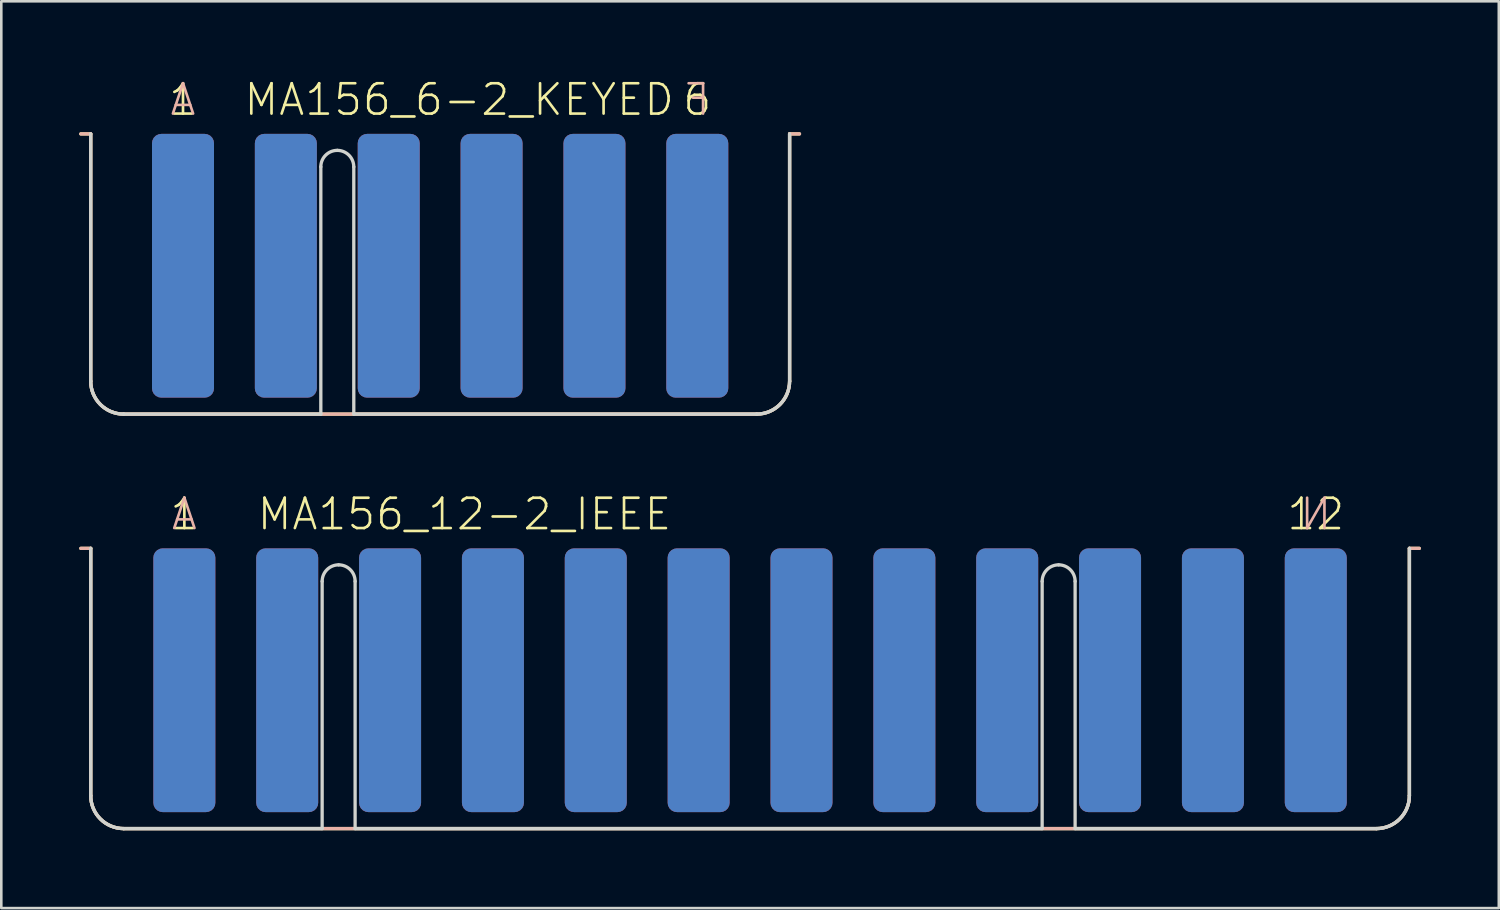
<source format=kicad_pcb>
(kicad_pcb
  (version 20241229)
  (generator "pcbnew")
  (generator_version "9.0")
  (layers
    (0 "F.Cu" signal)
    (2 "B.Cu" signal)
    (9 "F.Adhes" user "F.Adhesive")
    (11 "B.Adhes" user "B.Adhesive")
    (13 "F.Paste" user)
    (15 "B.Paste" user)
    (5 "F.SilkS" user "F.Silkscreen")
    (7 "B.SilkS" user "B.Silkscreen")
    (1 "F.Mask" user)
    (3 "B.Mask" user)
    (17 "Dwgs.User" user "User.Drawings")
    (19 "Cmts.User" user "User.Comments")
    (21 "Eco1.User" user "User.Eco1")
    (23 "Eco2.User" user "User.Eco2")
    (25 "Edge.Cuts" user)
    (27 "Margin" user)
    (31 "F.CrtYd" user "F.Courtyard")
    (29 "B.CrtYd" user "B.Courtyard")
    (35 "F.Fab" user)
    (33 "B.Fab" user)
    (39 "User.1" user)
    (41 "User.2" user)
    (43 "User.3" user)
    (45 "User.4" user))
  (footprint "MA156_12-2_IEEE"
    (layer "F.Cu")
    (at 25.845 23.155)
    (property "Reference" "MA156_12-2_IEEE" (at -19.05 -5.715 0) (layer "F.SilkS") (effects (font (size 1.168 1.168) (thickness 0.102)) (justify left bottom)))
    (fp_line (start -25.781 -5.08) (end -25.4 -5.08) (stroke (width 0.127) (type solid)) (layer "F.SilkS"))
    (fp_line (start -25.4 4.445) (end -25.4 -5.08) (stroke (width 0.127) (type solid)) (layer "F.SilkS"))
    (fp_line (start -24.13 5.715) (end 24.13 5.715) (stroke (width 0.127) (type solid)) (layer "F.SilkS"))
    (fp_line (start 25.4 -5.08) (end 25.781 -5.08) (stroke (width 0.127) (type solid)) (layer "F.SilkS"))
    (fp_line (start 25.4 4.445) (end 25.4 -5.08) (stroke (width 0.127) (type solid)) (layer "F.SilkS"))
    (fp_arc (start -24.13 5.715) (mid -25.028026 5.343026) (end -25.4 4.445) (stroke (width 0.127) (type solid)) (layer "F.SilkS"))
    (fp_arc (start 25.4 4.445) (mid 25.028026 5.343026) (end 24.13 5.715) (stroke (width 0.127) (type solid)) (layer "F.SilkS"))
    (fp_line (start -25.781 -5.08) (end -25.4 -5.08) (stroke (width 0.127) (type solid)) (layer "B.SilkS"))
    (fp_line (start -25.4 -5.08) (end -25.4 4.445) (stroke (width 0.127) (type solid)) (layer "B.SilkS"))
    (fp_line (start -24.13 5.715) (end 24.13 5.715) (stroke (width 0.127) (type solid)) (layer "B.SilkS"))
    (fp_line (start 25.4 -5.08) (end 25.781 -5.08) (stroke (width 0.127) (type solid)) (layer "B.SilkS"))
    (fp_line (start 25.4 4.445) (end 25.4 -5.08) (stroke (width 0.127) (type solid)) (layer "B.SilkS"))
    (fp_arc (start -24.13 5.715) (mid -25.028026 5.343026) (end -25.4 4.445) (stroke (width 0.127) (type solid)) (layer "B.SilkS"))
    (fp_arc (start 25.4 4.445) (mid 25.028026 5.343026) (end 24.13 5.715) (stroke (width 0.127) (type solid)) (layer "B.SilkS"))
    (fp_line (start -25.4 -5.08) (end -25.4 4.445) (stroke (width 0.127) (type solid)) (layer "Edge.Cuts"))
    (fp_line (start -24.13 5.715) (end -16.485 5.715) (stroke (width 0.127) (type solid)) (layer "Edge.Cuts"))
    (fp_line (start -16.485 5.715) (end -16.485 -3.81) (stroke (width 0.127) (type solid)) (layer "Edge.Cuts"))
    (fp_line (start -15.215 5.715) (end -15.215 -3.81) (stroke (width 0.127) (type solid)) (layer "Edge.Cuts"))
    (fp_line (start -15.215 5.715) (end 11.252 5.715) (stroke (width 0.127) (type solid)) (layer "Edge.Cuts"))
    (fp_line (start 11.252 5.715) (end 11.252 -3.81) (stroke (width 0.127) (type solid)) (layer "Edge.Cuts"))
    (fp_line (start 12.522 5.715) (end 12.522 -3.81) (stroke (width 0.127) (type solid)) (layer "Edge.Cuts"))
    (fp_line (start 12.522 5.715) (end 24.13 5.715) (stroke (width 0.127) (type solid)) (layer "Edge.Cuts"))
    (fp_line (start 25.4 4.445) (end 25.4 -5.08) (stroke (width 0.127) (type solid)) (layer "Edge.Cuts"))
    (fp_arc (start -24.13 5.715) (mid -25.028026 5.343026) (end -25.4 4.445) (stroke (width 0.127) (type solid)) (layer "Edge.Cuts"))
    (fp_arc (start -16.4846 -3.81) (mid -16.298613 -4.259013) (end -15.8496 -4.445) (stroke (width 0.127) (type solid)) (layer "Edge.Cuts"))
    (fp_arc (start -15.8496 -4.445) (mid -15.400587 -4.259013) (end -15.2146 -3.81) (stroke (width 0.127) (type solid)) (layer "Edge.Cuts"))
    (fp_arc (start 11.2522 -3.81) (mid 11.438187 -4.259013) (end 11.8872 -4.445) (stroke (width 0.127) (type solid)) (layer "Edge.Cuts"))
    (fp_arc (start 11.8872 -4.445) (mid 12.336213 -4.259013) (end 12.5222 -3.81) (stroke (width 0.127) (type solid)) (layer "Edge.Cuts"))
    (fp_arc (start 25.4 4.445) (mid 25.028026 5.343026) (end 24.13 5.715) (stroke (width 0.127) (type solid)) (layer "Edge.Cuts"))
    (fp_text user "12" (at 21.793 -5.715 0) (layer "F.SilkS") (effects (font (size 1.168 1.168) (thickness 0.102)) (justify bottom)))
    (fp_text user "1" (at -21.793 -5.715 0) (layer "F.SilkS") (effects (font (size 1.168 1.168) (thickness 0.102)) (justify bottom)))
    (fp_text user "N" (at 21.793 -5.715 0) (layer "B.SilkS") (effects (font (size 1.168 1.168) (thickness 0.102)) (justify bottom mirror)))
    (fp_text user "A" (at -21.793 -5.715 0) (layer "B.SilkS") (effects (font (size 1.168 1.168) (thickness 0.102)) (justify bottom mirror)))
    (pad "1" smd roundrect (at -21.793 0) (size 2.388 10.16) (layers "F.Cu" "F.Mask" "F.Paste") (roundrect_rratio 0.15))
    (pad "2" smd roundrect (at -17.831 0) (size 2.388 10.16) (layers "F.Cu" "F.Mask" "F.Paste") (roundrect_rratio 0.15))
    (pad "3" smd roundrect (at -13.868 0) (size 2.388 10.16) (layers "F.Cu" "F.Mask" "F.Paste") (roundrect_rratio 0.15))
    (pad "4" smd roundrect (at -9.906 0) (size 2.388 10.16) (layers "F.Cu" "F.Mask" "F.Paste") (roundrect_rratio 0.15))
    (pad "5" smd roundrect (at -5.944 0) (size 2.388 10.16) (layers "F.Cu" "F.Mask" "F.Paste") (roundrect_rratio 0.15))
    (pad "6" smd roundrect (at -1.981 0) (size 2.388 10.16) (layers "F.Cu" "F.Mask" "F.Paste") (roundrect_rratio 0.15))
    (pad "7" smd roundrect (at 1.981 0) (size 2.388 10.16) (layers "F.Cu" "F.Mask" "F.Paste") (roundrect_rratio 0.15))
    (pad "8" smd roundrect (at 5.944 0) (size 2.388 10.16) (layers "F.Cu" "F.Mask" "F.Paste") (roundrect_rratio 0.15))
    (pad "9" smd roundrect (at 9.906 0) (size 2.388 10.16) (layers "F.Cu" "F.Mask" "F.Paste") (roundrect_rratio 0.15))
    (pad "10" smd roundrect (at 13.868 0) (size 2.388 10.16) (layers "F.Cu" "F.Mask" "F.Paste") (roundrect_rratio 0.15))
    (pad "11" smd roundrect (at 17.831 0) (size 2.388 10.16) (layers "F.Cu" "F.Mask" "F.Paste") (roundrect_rratio 0.15))
    (pad "12" smd roundrect (at 21.793 0) (size 2.388 10.16) (layers "F.Cu" "F.Mask" "F.Paste") (roundrect_rratio 0.15))
    (pad "A" smd roundrect (at -21.793 0) (size 2.388 10.16) (layers "B.Cu" "B.Mask" "B.Paste") (roundrect_rratio 0.15))
    (pad "B" smd roundrect (at -17.831 0) (size 2.388 10.16) (layers "B.Cu" "B.Mask" "B.Paste") (roundrect_rratio 0.15))
    (pad "C" smd roundrect (at -13.868 0) (size 2.388 10.16) (layers "B.Cu" "B.Mask" "B.Paste") (roundrect_rratio 0.15))
    (pad "D" smd roundrect (at -9.906 0) (size 2.388 10.16) (layers "B.Cu" "B.Mask" "B.Paste") (roundrect_rratio 0.15))
    (pad "E" smd roundrect (at -5.944 0) (size 2.388 10.16) (layers "B.Cu" "B.Mask" "B.Paste") (roundrect_rratio 0.15))
    (pad "F" smd roundrect (at -1.981 0) (size 2.388 10.16) (layers "B.Cu" "B.Mask" "B.Paste") (roundrect_rratio 0.15))
    (pad "H" smd roundrect (at 1.981 0) (size 2.388 10.16) (layers "B.Cu" "B.Mask" "B.Paste") (roundrect_rratio 0.15))
    (pad "J" smd roundrect (at 5.944 0) (size 2.388 10.16) (layers "B.Cu" "B.Mask" "B.Paste") (roundrect_rratio 0.15))
    (pad "K" smd roundrect (at 9.906 0) (size 2.388 10.16) (layers "B.Cu" "B.Mask" "B.Paste") (roundrect_rratio 0.15))
    (pad "L" smd roundrect (at 13.868 0) (size 2.388 10.16) (layers "B.Cu" "B.Mask" "B.Paste") (roundrect_rratio 0.15))
    (pad "M" smd roundrect (at 17.831 0) (size 2.388 10.16) (layers "B.Cu" "B.Mask" "B.Paste") (roundrect_rratio 0.15))
    (pad "N" smd roundrect (at 21.793 0) (size 2.388 10.16) (layers "B.Cu" "B.Mask" "B.Paste") (roundrect_rratio 0.15)))
  (footprint "MA156_6-2_KEYED"
    (layer "F.Cu")
    (at 13.906 7.188)
    (property "Reference" "MA156_6-2_KEYED" (at -7.62 -5.715 0) (layer "F.SilkS") (effects (font (size 1.168 1.168) (thickness 0.102)) (justify left bottom)))
    (fp_line (start -13.843 -5.08) (end -13.462 -5.08) (stroke (width 0.127) (type solid)) (layer "F.SilkS"))
    (fp_line (start -13.462 4.445) (end -13.462 -5.08) (stroke (width 0.127) (type solid)) (layer "F.SilkS"))
    (fp_line (start 12.192 5.715) (end -12.192 5.715) (stroke (width 0.127) (type solid)) (layer "F.SilkS"))
    (fp_line (start 13.462 -5.08) (end 13.462 4.445) (stroke (width 0.127) (type solid)) (layer "F.SilkS"))
    (fp_line (start 13.462 -5.08) (end 13.843 -5.08) (stroke (width 0.127) (type solid)) (layer "F.SilkS"))
    (fp_arc (start -12.192 5.715) (mid -13.090026 5.343026) (end -13.462 4.445) (stroke (width 0.127) (type solid)) (layer "F.SilkS"))
    (fp_arc (start 13.462 4.445) (mid 13.090026 5.343026) (end 12.192 5.715) (stroke (width 0.127) (type solid)) (layer "F.SilkS"))
    (fp_line (start -13.843 -5.08) (end -13.462 -5.08) (stroke (width 0.127) (type solid)) (layer "B.SilkS"))
    (fp_line (start -13.462 -5.08) (end -13.462 4.445) (stroke (width 0.127) (type solid)) (layer "B.SilkS"))
    (fp_line (start -12.192 5.715) (end 12.192 5.715) (stroke (width 0.127) (type solid)) (layer "B.SilkS"))
    (fp_line (start 13.462 -5.08) (end 13.843 -5.08) (stroke (width 0.127) (type solid)) (layer "B.SilkS"))
    (fp_line (start 13.462 4.445) (end 13.462 -5.08) (stroke (width 0.127) (type solid)) (layer "B.SilkS"))
    (fp_arc (start -12.192 5.715) (mid -13.090026 5.343026) (end -13.462 4.445) (stroke (width 0.127) (type solid)) (layer "B.SilkS"))
    (fp_arc (start 13.462 4.445) (mid 13.090026 5.343026) (end 12.192 5.715) (stroke (width 0.127) (type solid)) (layer "B.SilkS"))
    (fp_line (start -13.462 -5.08) (end -13.462 4.445) (stroke (width 0.127) (type solid)) (layer "Edge.Cuts"))
    (fp_line (start -12.192 5.715) (end -4.597 5.715) (stroke (width 0.127) (type solid)) (layer "Edge.Cuts"))
    (fp_line (start -4.597 5.715) (end -4.597 -3.81) (stroke (width 0.127) (type solid)) (layer "Edge.Cuts"))
    (fp_line (start -3.327 5.715) (end -3.327 -3.81) (stroke (width 0.127) (type solid)) (layer "Edge.Cuts"))
    (fp_line (start -3.327 5.715) (end 12.192 5.715) (stroke (width 0.127) (type solid)) (layer "Edge.Cuts"))
    (fp_line (start 13.462 4.445) (end 13.462 -5.08) (stroke (width 0.127) (type solid)) (layer "Edge.Cuts"))
    (fp_arc (start -12.192 5.715) (mid -13.090026 5.343026) (end -13.462 4.445) (stroke (width 0.127) (type solid)) (layer "Edge.Cuts"))
    (fp_arc (start -4.5974 -3.81) (mid -4.411413 -4.259013) (end -3.9624 -4.445) (stroke (width 0.127) (type solid)) (layer "Edge.Cuts"))
    (fp_arc (start -3.9624 -4.445) (mid -3.513387 -4.259013) (end -3.3274 -3.81) (stroke (width 0.127) (type solid)) (layer "Edge.Cuts"))
    (fp_arc (start 13.462 4.445) (mid 13.090026 5.343026) (end 12.192 5.715) (stroke (width 0.127) (type solid)) (layer "Edge.Cuts"))
    (fp_text user "1" (at -9.906 -5.715 0) (layer "F.SilkS") (effects (font (size 1.168 1.168) (thickness 0.102)) (justify bottom)))
    (fp_text user "6" (at 9.906 -5.715 0) (layer "F.SilkS") (effects (font (size 1.168 1.168) (thickness 0.102)) (justify bottom)))
    (fp_text user "A" (at -9.906 -5.715 0) (layer "B.SilkS") (effects (font (size 1.168 1.168) (thickness 0.102)) (justify bottom mirror)))
    (fp_text user "F" (at 9.906 -5.715 0) (layer "B.SilkS") (effects (font (size 1.168 1.168) (thickness 0.102)) (justify bottom mirror)))
    (pad "1" smd roundrect (at -9.906 0) (size 2.388 10.16) (layers "F.Cu" "F.Mask" "F.Paste") (roundrect_rratio 0.15))
    (pad "2" smd roundrect (at -5.944 0) (size 2.388 10.16) (layers "F.Cu" "F.Mask" "F.Paste") (roundrect_rratio 0.15))
    (pad "3" smd roundrect (at -1.981 0) (size 2.388 10.16) (layers "F.Cu" "F.Mask" "F.Paste") (roundrect_rratio 0.15))
    (pad "4" smd roundrect (at 1.981 0) (size 2.388 10.16) (layers "F.Cu" "F.Mask" "F.Paste") (roundrect_rratio 0.15))
    (pad "5" smd roundrect (at 5.944 0) (size 2.388 10.16) (layers "F.Cu" "F.Mask" "F.Paste") (roundrect_rratio 0.15))
    (pad "6" smd roundrect (at 9.906 0) (size 2.388 10.16) (layers "F.Cu" "F.Mask" "F.Paste") (roundrect_rratio 0.15))
    (pad "A" smd roundrect (at -9.906 0) (size 2.388 10.16) (layers "B.Cu" "B.Mask" "B.Paste") (roundrect_rratio 0.15))
    (pad "B" smd roundrect (at -5.944 0) (size 2.388 10.16) (layers "B.Cu" "B.Mask" "B.Paste") (roundrect_rratio 0.15))
    (pad "C" smd roundrect (at -1.981 0) (size 2.388 10.16) (layers "B.Cu" "B.Mask" "B.Paste") (roundrect_rratio 0.15))
    (pad "D" smd roundrect (at 1.981 0) (size 2.388 10.16) (layers "B.Cu" "B.Mask" "B.Paste") (roundrect_rratio 0.15))
    (pad "E" smd roundrect (at 5.944 0) (size 2.388 10.16) (layers "B.Cu" "B.Mask" "B.Paste") (roundrect_rratio 0.15))
    (pad "F" smd roundrect (at 9.906 0) (size 2.388 10.16) (layers "B.Cu" "B.Mask" "B.Paste") (roundrect_rratio 0.15)))
  (gr_rect
    (start -3 -3)
    (end 54.689 31.933)
    (stroke (width 0.1) (type default))
    (fill no)
    (layer "Edge.Cuts")))
</source>
